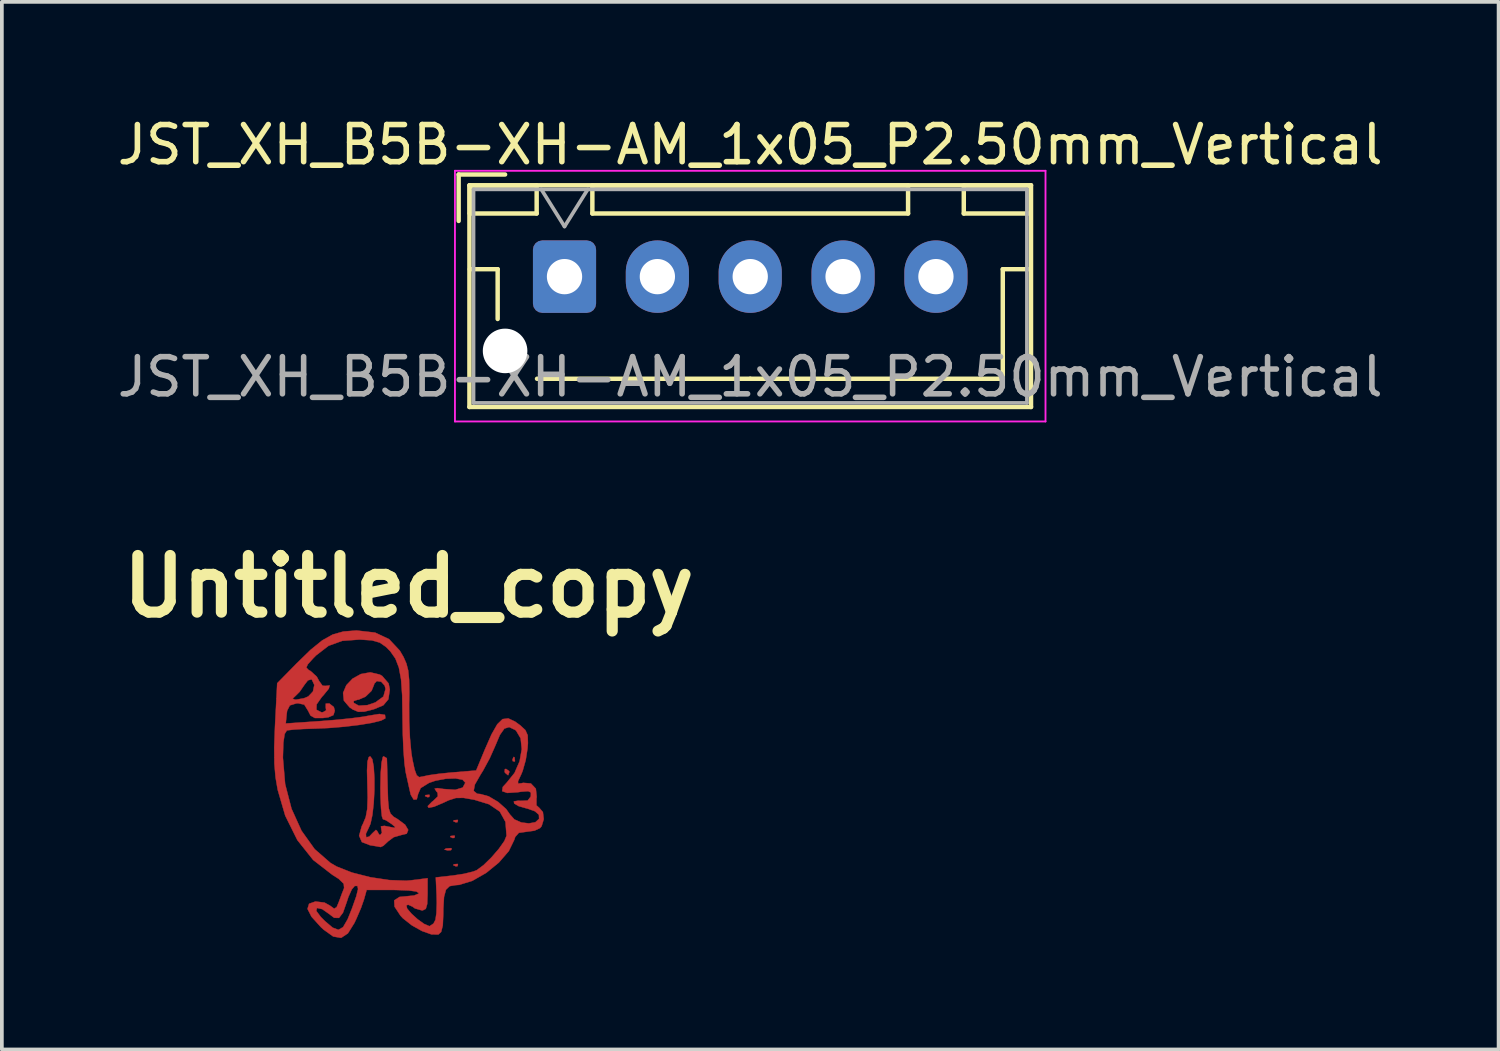
<source format=kicad_pcb>
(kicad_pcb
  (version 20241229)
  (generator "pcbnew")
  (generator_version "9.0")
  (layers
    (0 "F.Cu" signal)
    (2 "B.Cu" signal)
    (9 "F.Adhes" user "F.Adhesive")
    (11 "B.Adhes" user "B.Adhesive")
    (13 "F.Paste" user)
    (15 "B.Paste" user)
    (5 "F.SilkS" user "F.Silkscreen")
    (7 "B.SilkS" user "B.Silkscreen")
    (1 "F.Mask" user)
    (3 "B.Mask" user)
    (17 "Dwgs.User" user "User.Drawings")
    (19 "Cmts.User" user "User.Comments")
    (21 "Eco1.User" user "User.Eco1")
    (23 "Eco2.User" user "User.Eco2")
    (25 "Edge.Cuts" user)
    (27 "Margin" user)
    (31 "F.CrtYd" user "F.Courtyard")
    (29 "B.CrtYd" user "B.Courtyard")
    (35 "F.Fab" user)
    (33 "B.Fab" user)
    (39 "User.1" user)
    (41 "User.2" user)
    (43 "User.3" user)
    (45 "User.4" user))
  (footprint "Untitled_copy"
    (layer "F.Cu")
    (at 7.954 18.075)
    (property "Reference" "Untitled_copy" (at 0 -5.334 0) (layer "F.SilkS") (effects (font (size 1.524 1.524) (thickness 0.3))))
    (attr through_hole)
    (fp_poly (pts (xy 0.564 0.282) (xy 0.553 0.333) (xy 0.508 0.339) (xy 0.438 0.308) (xy 0.452 0.282) (xy 0.552 0.272) (xy 0.564 0.282)) (stroke (width 0.01) (type solid)) (fill yes) (layer "F.Cu"))
    (fp_poly (pts (xy 1.162 1.727) (xy 1.137 1.765) (xy 1.051 1.771) (xy 0.961 1.751) (xy 1 1.72) (xy 1.132 1.71) (xy 1.162 1.727)) (stroke (width 0.01) (type solid)) (fill yes) (layer "F.Cu"))
    (fp_poly (pts (xy 1.242 1.383) (xy 1.23 1.433) (xy 1.185 1.439) (xy 1.116 1.408) (xy 1.129 1.383) (xy 1.229 1.373) (xy 1.242 1.383)) (stroke (width 0.01) (type solid)) (fill yes) (layer "F.Cu"))
    (fp_poly (pts (xy 1.326 0.96) (xy 1.315 1.01) (xy 1.27 1.016) (xy 1.2 0.985) (xy 1.214 0.96) (xy 1.314 0.949) (xy 1.326 0.96)) (stroke (width 0.01) (type solid)) (fill yes) (layer "F.Cu"))
    (fp_poly (pts (xy 1.326 2.145) (xy 1.315 2.195) (xy 1.27 2.201) (xy 1.2 2.17) (xy 1.214 2.145) (xy 1.314 2.135) (xy 1.326 2.145)) (stroke (width 0.01) (type solid)) (fill yes) (layer "F.Cu"))
    (fp_poly (pts (xy 2.85 -0.734) (xy 2.861 -0.633) (xy 2.85 -0.621) (xy 2.8 -0.633) (xy 2.794 -0.677) (xy 2.825 -0.747) (xy 2.85 -0.734)) (stroke (width 0.01) (type solid)) (fill yes) (layer "F.Cu"))
    (fp_poly (pts (xy 2.706 -0.362) (xy 2.709 -0.339) (xy 2.68 -0.256) (xy 2.672 -0.254) (xy 2.6 -0.313) (xy 2.582 -0.339) (xy 2.589 -0.417) (xy 2.62 -0.423) (xy 2.706 -0.362)) (stroke (width 0.01) (type solid)) (fill yes) (layer "F.Cu"))
    (fp_poly (pts (xy -0.779 -2.963) (xy -0.716 -2.927) (xy -0.541 -2.725) (xy -0.509 -2.559) (xy -0.548 -2.297) (xy -0.684 -2.135) (xy -0.937 -2.03) (xy -1.193 -1.965) (xy -1.358 -1.96) (xy -1.5 -2.019) (xy -1.59 -2.079) (xy -1.694 -2.201) (xy -1.482 -2.201) (xy -1.344 -2.126) (xy -1.112 -2.14) (xy -0.898 -2.213) (xy -0.681 -2.372) (xy -0.624 -2.575) (xy -0.647 -2.667) (xy -0.74 -2.77) (xy -0.859 -2.788) (xy -0.93 -2.715) (xy -0.931 -2.695) (xy -1 -2.526) (xy -1.162 -2.369) (xy -1.346 -2.288) (xy -1.373 -2.286) (xy -1.481 -2.251) (xy -1.482 -2.201) (xy -1.694 -2.201) (xy -1.746 -2.263) (xy -1.767 -2.47) (xy -1.68 -2.676) (xy -1.511 -2.854) (xy -1.286 -2.978) (xy -1.034 -3.023) (xy -0.779 -2.963)) (stroke (width 0.01) (type solid)) (fill yes) (layer "F.Cu"))
    (fp_poly (pts (xy -0.98 -0.685) (xy -0.942 -0.48) (xy -0.924 -0.187) (xy -0.924 0.153) (xy -0.942 0.499) (xy -0.977 0.812) (xy -1.028 1.052) (xy -1.07 1.149) (xy -1.153 1.324) (xy -1.145 1.418) (xy -1.064 1.4) (xy -0.975 1.306) (xy -0.883 1.219) (xy -0.849 1.249) (xy -0.795 1.347) (xy -0.765 1.355) (xy -0.72 1.292) (xy -0.736 1.215) (xy -0.748 1.123) (xy -0.655 1.11) (xy -0.543 1.132) (xy -0.38 1.164) (xy -0.365 1.14) (xy -0.461 1.06) (xy -0.613 0.96) (xy -0.694 0.931) (xy -0.722 0.853) (xy -0.745 0.641) (xy -0.759 0.331) (xy -0.762 0.085) (xy -0.754 -0.309) (xy -0.731 -0.593) (xy -0.697 -0.744) (xy -0.677 -0.762) (xy -0.591 -0.713) (xy -0.588 -0.699) (xy -0.584 -0.59) (xy -0.578 -0.356) (xy -0.57 -0.04) (xy -0.567 0.078) (xy -0.556 0.426) (xy -0.535 0.646) (xy -0.491 0.778) (xy -0.411 0.862) (xy -0.296 0.931) (xy -0.097 1.079) (xy -0.013 1.22) (xy -0.054 1.322) (xy -0.192 1.355) (xy -0.405 1.416) (xy -0.55 1.524) (xy -0.68 1.645) (xy -0.754 1.681) (xy -0.867 1.66) (xy -1.042 1.632) (xy -1.261 1.547) (xy -1.335 1.376) (xy -1.264 1.119) (xy -1.232 1.056) (xy -1.157 0.876) (xy -1.116 0.655) (xy -1.105 0.347) (xy -1.113 0.008) (xy -1.122 -0.38) (xy -1.11 -0.622) (xy -1.075 -0.741) (xy -1.037 -0.762) (xy -0.98 -0.685)) (stroke (width 0.01) (type solid)) (fill yes) (layer "F.Cu"))
    (fp_poly (pts (xy -0.905 -4.093) (xy -0.529 -3.917) (xy -0.24 -3.608) (xy -0.139 -3.435) (xy -0.062 -3.26) (xy -0.013 -3.07) (xy 0.011 -2.824) (xy 0.017 -2.48) (xy 0.011 -2.165) (xy 0.013 -1.714) (xy 0.033 -1.262) (xy 0.069 -0.873) (xy 0.097 -0.693) (xy 0.159 -0.405) (xy 0.215 -0.252) (xy 0.282 -0.201) (xy 0.376 -0.218) (xy 0.544 -0.254) (xy 0.823 -0.293) (xy 1.156 -0.327) (xy 1.183 -0.329) (xy 1.816 -0.381) (xy 2.044 -0.931) (xy 2.229 -1.352) (xy 2.384 -1.624) (xy 2.527 -1.764) (xy 2.68 -1.783) (xy 2.863 -1.698) (xy 3.004 -1.595) (xy 3.141 -1.468) (xy 3.203 -1.33) (xy 3.21 -1.119) (xy 3.2 -0.979) (xy 3.151 -0.663) (xy 3.068 -0.369) (xy 3.028 -0.273) (xy 2.944 -0.094) (xy 2.945 -0.028) (xy 3.041 -0.038) (xy 3.082 -0.048) (xy 3.29 -0.031) (xy 3.423 0.109) (xy 3.447 0.333) (xy 3.439 0.371) (xy 3.439 0.557) (xy 3.514 0.624) (xy 3.613 0.739) (xy 3.636 0.93) (xy 3.579 1.118) (xy 3.539 1.168) (xy 3.387 1.24) (xy 3.167 1.27) (xy 2.965 1.298) (xy 2.867 1.409) (xy 2.843 1.484) (xy 2.695 1.789) (xy 2.427 2.099) (xy 2.086 2.377) (xy 1.715 2.589) (xy 1.361 2.699) (xy 1.258 2.707) (xy 1.101 2.734) (xy 1.003 2.829) (xy 0.951 3.023) (xy 0.932 3.346) (xy 0.931 3.481) (xy 0.918 3.79) (xy 0.874 3.965) (xy 0.8 4.035) (xy 0.614 4.033) (xy 0.358 3.942) (xy 0.084 3.789) (xy -0.155 3.6) (xy -0.221 3.529) (xy -0.381 3.286) (xy -0.391 3.117) (xy -0.249 3.024) (xy -0.063 3.006) (xy 0.146 2.985) (xy 0.266 2.935) (xy 0.273 2.921) (xy 0.206 2.878) (xy -0.008 2.849) (xy -0.347 2.837) (xy -0.418 2.836) (xy -1.132 2.836) (xy -1.203 3.09) (xy -1.285 3.323) (xy -1.408 3.61) (xy -1.462 3.725) (xy -1.637 4.005) (xy -1.82 4.126) (xy -2.032 4.09) (xy -2.295 3.901) (xy -2.364 3.837) (xy -2.618 3.556) (xy -2.697 3.399) (xy -2.489 3.399) (xy -2.365 3.565) (xy -2.256 3.674) (xy -2.047 3.851) (xy -1.893 3.909) (xy -1.767 3.837) (xy -1.643 3.623) (xy -1.527 3.333) (xy -1.412 3.007) (xy -1.364 2.813) (xy -1.38 2.728) (xy -1.453 2.728) (xy -1.533 2.822) (xy -1.624 3.025) (xy -1.666 3.154) (xy -1.77 3.449) (xy -1.877 3.589) (xy -2.006 3.586) (xy -2.159 3.471) (xy -2.329 3.352) (xy -2.466 3.322) (xy -2.47 3.323) (xy -2.489 3.399) (xy -2.697 3.399) (xy -2.725 3.346) (xy -2.682 3.207) (xy -2.511 3.147) (xy -2.267 3.176) (xy -2.119 3.258) (xy -2.007 3.34) (xy -1.94 3.299) (xy -1.881 3.158) (xy -1.799 2.936) (xy -1.739 2.784) (xy -1.75 2.669) (xy -1.885 2.537) (xy -2.058 2.427) (xy -2.573 2.028) (xy -2.998 1.494) (xy -3.324 0.837) (xy -3.528 0.138) (xy -3.586 -0.2) (xy -3.617 -0.564) (xy -3.618 -0.724) (xy -3.387 -0.724) (xy -3.327 -0.015) (xy -3.155 0.649) (xy -2.886 1.242) (xy -2.531 1.738) (xy -2.105 2.109) (xy -1.936 2.207) (xy -1.529 2.367) (xy -1.036 2.493) (xy -0.525 2.57) (xy -0.069 2.587) (xy 0.064 2.576) (xy 0.508 2.52) (xy 0.508 2.954) (xy 0.498 3.214) (xy 0.46 3.345) (xy 0.378 3.386) (xy 0.356 3.387) (xy 0.169 3.334) (xy 0.103 3.286) (xy -0.015 3.233) (xy -0.062 3.252) (xy -0.042 3.337) (xy 0.074 3.474) (xy 0.241 3.626) (xy 0.416 3.751) (xy 0.552 3.809) (xy 0.563 3.81) (xy 0.668 3.74) (xy 0.72 3.639) (xy 0.746 3.462) (xy 0.756 3.187) (xy 0.751 2.983) (xy 0.729 2.498) (xy 1.192 2.447) (xy 1.487 2.402) (xy 1.735 2.341) (xy 1.83 2.304) (xy 2.013 2.169) (xy 2.225 1.962) (xy 2.426 1.73) (xy 2.576 1.517) (xy 2.634 1.376) (xy 2.605 1.003) (xy 2.452 0.726) (xy 2.163 0.529) (xy 1.767 0.408) (xy 1.477 0.357) (xy 1.272 0.359) (xy 1.074 0.422) (xy 0.927 0.491) (xy 0.68 0.596) (xy 0.536 0.624) (xy 0.512 0.579) (xy 0.624 0.464) (xy 0.66 0.437) (xy 0.785 0.316) (xy 0.777 0.219) (xy 0.743 0.178) (xy 0.737 0.169) (xy 1.749 0.169) (xy 1.843 0.246) (xy 1.931 0.254) (xy 2.152 0.315) (xy 2.406 0.465) (xy 2.624 0.658) (xy 2.723 0.8) (xy 2.845 0.937) (xy 3.032 1.019) (xy 3.236 1.044) (xy 3.411 1.012) (xy 3.51 0.921) (xy 3.505 0.811) (xy 3.398 0.717) (xy 3.196 0.645) (xy 3.172 0.64) (xy 2.96 0.579) (xy 2.84 0.508) (xy 2.831 0.451) (xy 2.952 0.432) (xy 3.016 0.437) (xy 3.204 0.428) (xy 3.283 0.326) (xy 3.288 0.307) (xy 3.289 0.212) (xy 3.217 0.177) (xy 3.032 0.191) (xy 2.937 0.205) (xy 2.652 0.224) (xy 2.516 0.176) (xy 2.532 0.064) (xy 2.638 -0.052) (xy 2.848 -0.313) (xy 2.986 -0.629) (xy 3.044 -0.955) (xy 3.014 -1.245) (xy 2.891 -1.453) (xy 2.863 -1.474) (xy 2.705 -1.549) (xy 2.576 -1.509) (xy 2.455 -1.338) (xy 2.327 -1.036) (xy 2.181 -0.708) (xy 1.997 -0.369) (xy 1.934 -0.269) (xy 1.78 0.001) (xy 1.749 0.169) (xy 0.737 0.169) (xy 0.698 0.108) (xy 0.77 0.094) (xy 0.941 0.118) (xy 1.254 0.139) (xy 1.455 0.079) (xy 1.524 -0.051) (xy 1.45 -0.132) (xy 1.26 -0.167) (xy 1.002 -0.158) (xy 0.721 -0.106) (xy 0.548 -0.047) (xy 0.322 0.093) (xy 0.254 0.25) (xy 0.217 0.397) (xy 0.135 0.405) (xy 0.057 0.277) (xy 0.045 0.233) (xy -0.00032 0.032) (xy -0.061 -0.242) (xy -0.082 -0.339) (xy -0.114 -0.57) (xy -0.141 -0.924) (xy -0.159 -1.353) (xy -0.167 -1.811) (xy -0.167 -1.844) (xy -0.176 -2.408) (xy -0.206 -2.834) (xy -0.265 -3.152) (xy -0.358 -3.393) (xy -0.495 -3.589) (xy -0.61 -3.706) (xy -0.778 -3.823) (xy -0.992 -3.884) (xy -1.312 -3.905) (xy -1.328 -3.905) (xy -1.79 -3.871) (xy -2.159 -3.737) (xy -2.493 -3.48) (xy -2.57 -3.402) (xy -2.717 -3.239) (xy -2.756 -3.15) (xy -2.696 -3.088) (xy -2.639 -3.056) (xy -2.475 -2.906) (xy -2.411 -2.788) (xy -2.32 -2.662) (xy -2.236 -2.658) (xy -2.129 -2.671) (xy -2.151 -2.584) (xy -2.299 -2.402) (xy -2.338 -2.361) (xy -2.479 -2.161) (xy -2.485 -2.017) (xy -2.357 -1.949) (xy -2.314 -1.947) (xy -2.223 -2) (xy -2.234 -2.08) (xy -2.233 -2.181) (xy -2.138 -2.185) (xy -2.016 -2.089) (xy -1.99 -1.989) (xy -2.027 -1.871) (xy -2.166 -1.812) (xy -2.307 -1.794) (xy -2.526 -1.793) (xy -2.643 -1.859) (xy -2.71 -1.99) (xy -2.811 -2.153) (xy -2.977 -2.19) (xy -3.027 -2.186) (xy -3.2 -2.133) (xy -3.273 -1.991) (xy -3.285 -1.903) (xy -3.31 -1.646) (xy -2.353 -1.712) (xy -1.93 -1.746) (xy -1.535 -1.787) (xy -1.218 -1.829) (xy -1.063 -1.858) (xy -0.789 -1.902) (xy -0.639 -1.878) (xy -0.628 -1.789) (xy -0.634 -1.78) (xy -0.746 -1.723) (xy -0.99 -1.663) (xy -1.331 -1.607) (xy -1.732 -1.559) (xy -2.156 -1.524) (xy -2.498 -1.509) (xy -2.83 -1.498) (xy -3.102 -1.481) (xy -3.264 -1.462) (xy -3.281 -1.458) (xy -3.34 -1.364) (xy -3.375 -1.127) (xy -3.387 -0.734) (xy -3.387 -0.724) (xy -3.618 -0.724) (xy -3.621 -0.999) (xy -3.601 -1.553) (xy -3.599 -1.598) (xy -3.562 -2.314) (xy -3.127 -2.314) (xy -3.067 -2.29) (xy -3.021 -2.289) (xy -2.819 -2.326) (xy -2.704 -2.374) (xy -2.578 -2.508) (xy -2.541 -2.684) (xy -2.606 -2.823) (xy -2.62 -2.834) (xy -2.714 -2.807) (xy -2.804 -2.691) (xy -2.937 -2.498) (xy -3.041 -2.395) (xy -3.127 -2.314) (xy -3.562 -2.314) (xy -3.541 -2.73) (xy -3.019 -3.262) (xy -2.641 -3.63) (xy -2.329 -3.883) (xy -2.047 -4.041) (xy -1.76 -4.122) (xy -1.43 -4.148) (xy -1.388 -4.148) (xy -0.905 -4.093)) (stroke (width 0.01) (type solid)) (fill yes) (layer "F.Cu")))
  (footprint "JST_XH_B5B-XH-AM_1x05_P2.50mm_Vertical"
    (layer "F.Cu")
    (at 12.149 4.398)
    (property "Reference" "JST_XH_B5B-XH-AM_1x05_P2.50mm_Vertical" (at 5 -3.55 0) (layer "F.SilkS") (effects (font (size 1 1) (thickness 0.15))))
    (attr through_hole)
    (fp_line (start -2.85 -2.75) (end -2.85 -1.5) (stroke (width 0.12) (type solid)) (layer "F.SilkS"))
    (fp_line (start -2.56 -2.46) (end -2.56 3.51) (stroke (width 0.12) (type solid)) (layer "F.SilkS"))
    (fp_line (start -2.56 3.51) (end 12.56 3.51) (stroke (width 0.12) (type solid)) (layer "F.SilkS"))
    (fp_line (start -2.55 -2.45) (end -2.55 -1.7) (stroke (width 0.12) (type solid)) (layer "F.SilkS"))
    (fp_line (start -2.55 -1.7) (end -0.75 -1.7) (stroke (width 0.12) (type solid)) (layer "F.SilkS"))
    (fp_line (start -2.55 -0.2) (end -1.8 -0.2) (stroke (width 0.12) (type solid)) (layer "F.SilkS"))
    (fp_line (start -1.8 -0.2) (end -1.8 1.14) (stroke (width 0.12) (type solid)) (layer "F.SilkS"))
    (fp_line (start -1.6 -2.75) (end -2.85 -2.75) (stroke (width 0.12) (type solid)) (layer "F.SilkS"))
    (fp_line (start -0.75 -2.45) (end -2.55 -2.45) (stroke (width 0.12) (type solid)) (layer "F.SilkS"))
    (fp_line (start -0.75 -1.7) (end -0.75 -2.45) (stroke (width 0.12) (type solid)) (layer "F.SilkS"))
    (fp_line (start 0.75 -2.45) (end 0.75 -1.7) (stroke (width 0.12) (type solid)) (layer "F.SilkS"))
    (fp_line (start 0.75 -1.7) (end 9.25 -1.7) (stroke (width 0.12) (type solid)) (layer "F.SilkS"))
    (fp_line (start 5 2.75) (end -0.74 2.75) (stroke (width 0.12) (type solid)) (layer "F.SilkS"))
    (fp_line (start 9.25 -2.45) (end 0.75 -2.45) (stroke (width 0.12) (type solid)) (layer "F.SilkS"))
    (fp_line (start 9.25 -1.7) (end 9.25 -2.45) (stroke (width 0.12) (type solid)) (layer "F.SilkS"))
    (fp_line (start 10.75 -2.45) (end 10.75 -1.7) (stroke (width 0.12) (type solid)) (layer "F.SilkS"))
    (fp_line (start 10.75 -1.7) (end 12.55 -1.7) (stroke (width 0.12) (type solid)) (layer "F.SilkS"))
    (fp_line (start 11.8 -0.2) (end 11.8 2.75) (stroke (width 0.12) (type solid)) (layer "F.SilkS"))
    (fp_line (start 11.8 2.75) (end 5 2.75) (stroke (width 0.12) (type solid)) (layer "F.SilkS"))
    (fp_line (start 12.55 -2.45) (end 10.75 -2.45) (stroke (width 0.12) (type solid)) (layer "F.SilkS"))
    (fp_line (start 12.55 -1.7) (end 12.55 -2.45) (stroke (width 0.12) (type solid)) (layer "F.SilkS"))
    (fp_line (start 12.55 -0.2) (end 11.8 -0.2) (stroke (width 0.12) (type solid)) (layer "F.SilkS"))
    (fp_line (start 12.56 -2.46) (end -2.56 -2.46) (stroke (width 0.12) (type solid)) (layer "F.SilkS"))
    (fp_line (start 12.56 3.51) (end 12.56 -2.46) (stroke (width 0.12) (type solid)) (layer "F.SilkS"))
    (fp_line (start -2.95 -2.85) (end -2.95 3.9) (stroke (width 0.05) (type solid)) (layer "F.CrtYd"))
    (fp_line (start -2.95 3.9) (end 12.95 3.9) (stroke (width 0.05) (type solid)) (layer "F.CrtYd"))
    (fp_line (start 12.95 -2.85) (end -2.95 -2.85) (stroke (width 0.05) (type solid)) (layer "F.CrtYd"))
    (fp_line (start 12.95 3.9) (end 12.95 -2.85) (stroke (width 0.05) (type solid)) (layer "F.CrtYd"))
    (fp_line (start -2.45 -2.35) (end -2.45 3.4) (stroke (width 0.1) (type solid)) (layer "F.Fab"))
    (fp_line (start -2.45 3.4) (end 12.45 3.4) (stroke (width 0.1) (type solid)) (layer "F.Fab"))
    (fp_line (start -0.625 -2.35) (end 0 -1.35) (stroke (width 0.1) (type solid)) (layer "F.Fab"))
    (fp_line (start 0 -1.35) (end 0.625 -2.35) (stroke (width 0.1) (type solid)) (layer "F.Fab"))
    (fp_line (start 12.45 -2.35) (end -2.45 -2.35) (stroke (width 0.1) (type solid)) (layer "F.Fab"))
    (fp_line (start 12.45 3.4) (end 12.45 -2.35) (stroke (width 0.1) (type solid)) (layer "F.Fab"))
    (fp_text user "${REFERENCE}" (at 5 2.7 0) (layer "F.Fab") (effects (font (size 1 1) (thickness 0.15))))
    (pad "" np_thru_hole circle (at -1.6 2) (size 1.2 1.2) (drill 1.2) (layers "*.Cu" "*.Mask"))
    (pad "A" thru_hole roundrect (at 0 0) (size 1.7 1.95) (drill 0.95) (layers "*.Cu" "*.Mask") (roundrect_rratio 0.147))
    (pad "B" thru_hole oval (at 2.5 0) (size 1.7 1.95) (drill 0.95) (layers "*.Cu" "*.Mask"))
    (pad "C" thru_hole oval (at 5 0) (size 1.7 1.95) (drill 0.95) (layers "*.Cu" "*.Mask"))
    (pad "S1" thru_hole oval (at 7.5 0) (size 1.7 1.95) (drill 0.95) (layers "*.Cu" "*.Mask"))
    (pad "S2" thru_hole oval (at 10 0) (size 1.7 1.95) (drill 0.95) (layers "*.Cu" "*.Mask")))
  (gr_rect
    (start -3 -3)
    (end 37.298 25.206)
    (stroke (width 0.1) (type default))
    (fill no)
    (layer "Edge.Cuts")))
</source>
